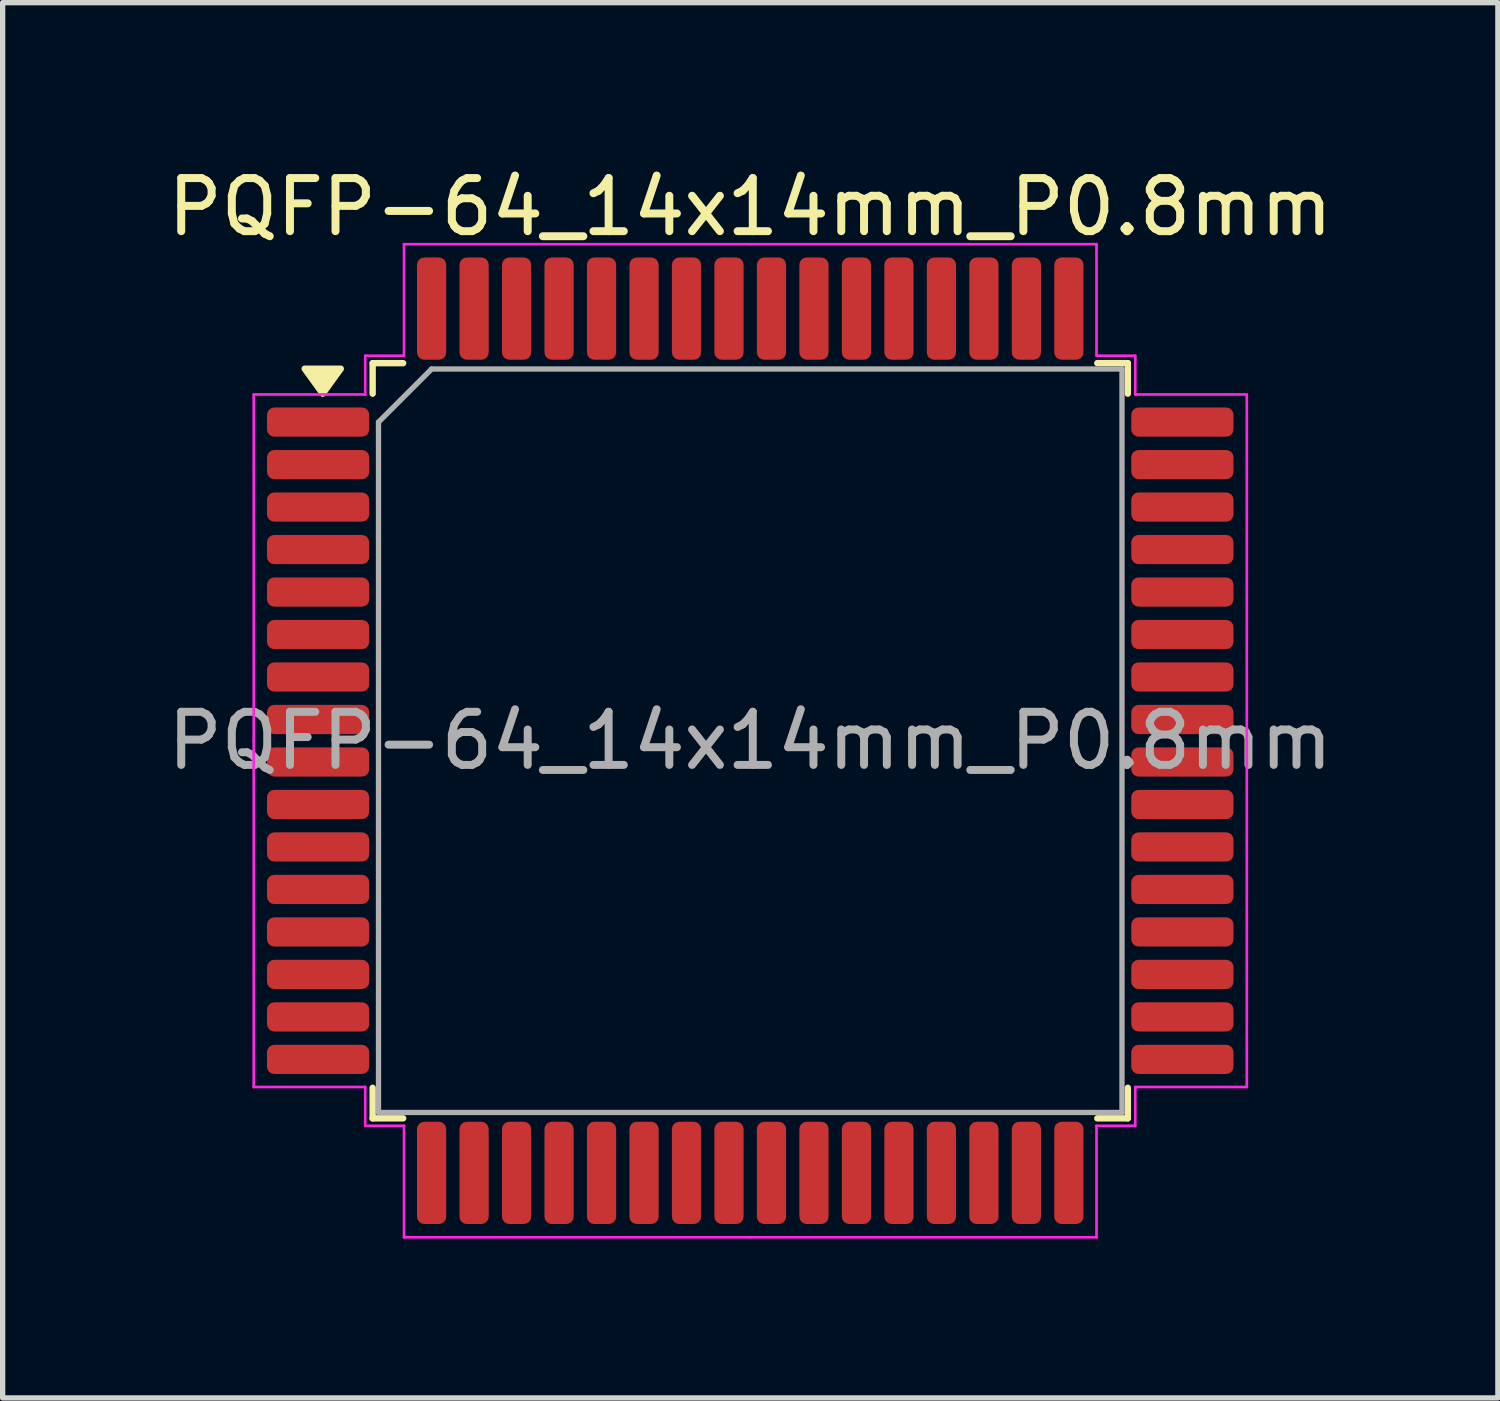
<source format=kicad_pcb>
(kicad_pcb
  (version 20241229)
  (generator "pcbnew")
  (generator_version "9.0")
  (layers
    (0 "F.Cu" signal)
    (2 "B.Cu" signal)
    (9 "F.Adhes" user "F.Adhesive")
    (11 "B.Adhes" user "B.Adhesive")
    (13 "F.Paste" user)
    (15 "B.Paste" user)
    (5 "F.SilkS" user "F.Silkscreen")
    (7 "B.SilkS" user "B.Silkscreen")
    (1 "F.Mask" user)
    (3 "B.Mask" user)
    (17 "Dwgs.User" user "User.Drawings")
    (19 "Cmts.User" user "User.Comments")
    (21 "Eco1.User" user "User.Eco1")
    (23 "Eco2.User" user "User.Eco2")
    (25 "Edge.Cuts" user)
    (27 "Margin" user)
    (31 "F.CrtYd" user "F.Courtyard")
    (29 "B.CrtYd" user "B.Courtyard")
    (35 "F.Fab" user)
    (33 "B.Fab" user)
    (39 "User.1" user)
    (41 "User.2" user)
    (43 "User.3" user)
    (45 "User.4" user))
  (footprint "PQFP-64_14x14mm_P0.8mm"
    (layer "F.Cu")
    (at 11.077 10.898)
    (property "Reference" "PQFP-64_14x14mm_P0.8mm" (at 0 -10.05 0) (layer "F.SilkS") (effects (font (size 1 1) (thickness 0.15))))
    (attr smd)
    (fp_line (start -7.11 -7.11) (end -7.11 -6.535) (stroke (width 0.12) (type solid)) (layer "F.SilkS"))
    (fp_line (start -7.11 7.11) (end -7.11 6.535) (stroke (width 0.12) (type solid)) (layer "F.SilkS"))
    (fp_line (start -6.535 -7.11) (end -7.11 -7.11) (stroke (width 0.12) (type solid)) (layer "F.SilkS"))
    (fp_line (start -6.535 7.11) (end -7.11 7.11) (stroke (width 0.12) (type solid)) (layer "F.SilkS"))
    (fp_line (start 6.535 -7.11) (end 7.11 -7.11) (stroke (width 0.12) (type solid)) (layer "F.SilkS"))
    (fp_line (start 6.535 7.11) (end 7.11 7.11) (stroke (width 0.12) (type solid)) (layer "F.SilkS"))
    (fp_line (start 7.11 -7.11) (end 7.11 -6.535) (stroke (width 0.12) (type solid)) (layer "F.SilkS"))
    (fp_line (start 7.11 7.11) (end 7.11 6.535) (stroke (width 0.12) (type solid)) (layer "F.SilkS"))
    (fp_poly (pts (xy -8.05 -6.535) (xy -8.39 -7.005) (xy -7.71 -7.005) (xy -8.05 -6.535)) (stroke (width 0.12) (type solid)) (fill yes) (layer "F.SilkS"))
    (fp_line (start -9.35 -6.52) (end -9.35 0) (stroke (width 0.05) (type solid)) (layer "F.CrtYd"))
    (fp_line (start -9.35 6.52) (end -9.35 0) (stroke (width 0.05) (type solid)) (layer "F.CrtYd"))
    (fp_line (start -7.25 -7.25) (end -7.25 -6.52) (stroke (width 0.05) (type solid)) (layer "F.CrtYd"))
    (fp_line (start -7.25 -6.52) (end -9.35 -6.52) (stroke (width 0.05) (type solid)) (layer "F.CrtYd"))
    (fp_line (start -7.25 6.52) (end -9.35 6.52) (stroke (width 0.05) (type solid)) (layer "F.CrtYd"))
    (fp_line (start -7.25 7.25) (end -7.25 6.52) (stroke (width 0.05) (type solid)) (layer "F.CrtYd"))
    (fp_line (start -6.52 -9.35) (end -6.52 -7.25) (stroke (width 0.05) (type solid)) (layer "F.CrtYd"))
    (fp_line (start -6.52 -7.25) (end -7.25 -7.25) (stroke (width 0.05) (type solid)) (layer "F.CrtYd"))
    (fp_line (start -6.52 7.25) (end -7.25 7.25) (stroke (width 0.05) (type solid)) (layer "F.CrtYd"))
    (fp_line (start -6.52 9.35) (end -6.52 7.25) (stroke (width 0.05) (type solid)) (layer "F.CrtYd"))
    (fp_line (start 0 -9.35) (end -6.52 -9.35) (stroke (width 0.05) (type solid)) (layer "F.CrtYd"))
    (fp_line (start 0 -9.35) (end 6.52 -9.35) (stroke (width 0.05) (type solid)) (layer "F.CrtYd"))
    (fp_line (start 0 9.35) (end -6.52 9.35) (stroke (width 0.05) (type solid)) (layer "F.CrtYd"))
    (fp_line (start 0 9.35) (end 6.52 9.35) (stroke (width 0.05) (type solid)) (layer "F.CrtYd"))
    (fp_line (start 6.52 -9.35) (end 6.52 -7.25) (stroke (width 0.05) (type solid)) (layer "F.CrtYd"))
    (fp_line (start 6.52 -7.25) (end 7.25 -7.25) (stroke (width 0.05) (type solid)) (layer "F.CrtYd"))
    (fp_line (start 6.52 7.25) (end 7.25 7.25) (stroke (width 0.05) (type solid)) (layer "F.CrtYd"))
    (fp_line (start 6.52 9.35) (end 6.52 7.25) (stroke (width 0.05) (type solid)) (layer "F.CrtYd"))
    (fp_line (start 7.25 -7.25) (end 7.25 -6.52) (stroke (width 0.05) (type solid)) (layer "F.CrtYd"))
    (fp_line (start 7.25 -6.52) (end 9.35 -6.52) (stroke (width 0.05) (type solid)) (layer "F.CrtYd"))
    (fp_line (start 7.25 6.52) (end 9.35 6.52) (stroke (width 0.05) (type solid)) (layer "F.CrtYd"))
    (fp_line (start 7.25 7.25) (end 7.25 6.52) (stroke (width 0.05) (type solid)) (layer "F.CrtYd"))
    (fp_line (start 9.35 -6.52) (end 9.35 0) (stroke (width 0.05) (type solid)) (layer "F.CrtYd"))
    (fp_line (start 9.35 6.52) (end 9.35 0) (stroke (width 0.05) (type solid)) (layer "F.CrtYd"))
    (fp_line (start -7 -6) (end -6 -7) (stroke (width 0.1) (type solid)) (layer "F.Fab"))
    (fp_line (start -7 7) (end -7 -6) (stroke (width 0.1) (type solid)) (layer "F.Fab"))
    (fp_line (start -6 -7) (end 7 -7) (stroke (width 0.1) (type solid)) (layer "F.Fab"))
    (fp_line (start 7 -7) (end 7 7) (stroke (width 0.1) (type solid)) (layer "F.Fab"))
    (fp_line (start 7 7) (end -7 7) (stroke (width 0.1) (type solid)) (layer "F.Fab"))
    (fp_text user "${REFERENCE}" (at 0 0 0) (layer "F.Fab") (effects (font (size 1 1) (thickness 0.15))))
    (pad "1" smd roundrect (at -8.137 -6) (size 1.925 0.55) (layers "F.Cu" "F.Mask" "F.Paste") (roundrect_rratio 0.25))
    (pad "2" smd roundrect (at -8.137 -5.2) (size 1.925 0.55) (layers "F.Cu" "F.Mask" "F.Paste") (roundrect_rratio 0.25))
    (pad "3" smd roundrect (at -8.137 -4.4) (size 1.925 0.55) (layers "F.Cu" "F.Mask" "F.Paste") (roundrect_rratio 0.25))
    (pad "4" smd roundrect (at -8.137 -3.6) (size 1.925 0.55) (layers "F.Cu" "F.Mask" "F.Paste") (roundrect_rratio 0.25))
    (pad "5" smd roundrect (at -8.137 -2.8) (size 1.925 0.55) (layers "F.Cu" "F.Mask" "F.Paste") (roundrect_rratio 0.25))
    (pad "6" smd roundrect (at -8.137 -2) (size 1.925 0.55) (layers "F.Cu" "F.Mask" "F.Paste") (roundrect_rratio 0.25))
    (pad "7" smd roundrect (at -8.137 -1.2) (size 1.925 0.55) (layers "F.Cu" "F.Mask" "F.Paste") (roundrect_rratio 0.25))
    (pad "8" smd roundrect (at -8.137 -0.4) (size 1.925 0.55) (layers "F.Cu" "F.Mask" "F.Paste") (roundrect_rratio 0.25))
    (pad "9" smd roundrect (at -8.137 0.4) (size 1.925 0.55) (layers "F.Cu" "F.Mask" "F.Paste") (roundrect_rratio 0.25))
    (pad "10" smd roundrect (at -8.137 1.2) (size 1.925 0.55) (layers "F.Cu" "F.Mask" "F.Paste") (roundrect_rratio 0.25))
    (pad "11" smd roundrect (at -8.137 2) (size 1.925 0.55) (layers "F.Cu" "F.Mask" "F.Paste") (roundrect_rratio 0.25))
    (pad "12" smd roundrect (at -8.137 2.8) (size 1.925 0.55) (layers "F.Cu" "F.Mask" "F.Paste") (roundrect_rratio 0.25))
    (pad "13" smd roundrect (at -8.137 3.6) (size 1.925 0.55) (layers "F.Cu" "F.Mask" "F.Paste") (roundrect_rratio 0.25))
    (pad "14" smd roundrect (at -8.137 4.4) (size 1.925 0.55) (layers "F.Cu" "F.Mask" "F.Paste") (roundrect_rratio 0.25))
    (pad "15" smd roundrect (at -8.137 5.2) (size 1.925 0.55) (layers "F.Cu" "F.Mask" "F.Paste") (roundrect_rratio 0.25))
    (pad "16" smd roundrect (at -8.137 6) (size 1.925 0.55) (layers "F.Cu" "F.Mask" "F.Paste") (roundrect_rratio 0.25))
    (pad "17" smd roundrect (at -6 8.137) (size 0.55 1.925) (layers "F.Cu" "F.Mask" "F.Paste") (roundrect_rratio 0.25))
    (pad "18" smd roundrect (at -5.2 8.137) (size 0.55 1.925) (layers "F.Cu" "F.Mask" "F.Paste") (roundrect_rratio 0.25))
    (pad "19" smd roundrect (at -4.4 8.137) (size 0.55 1.925) (layers "F.Cu" "F.Mask" "F.Paste") (roundrect_rratio 0.25))
    (pad "20" smd roundrect (at -3.6 8.137) (size 0.55 1.925) (layers "F.Cu" "F.Mask" "F.Paste") (roundrect_rratio 0.25))
    (pad "21" smd roundrect (at -2.8 8.137) (size 0.55 1.925) (layers "F.Cu" "F.Mask" "F.Paste") (roundrect_rratio 0.25))
    (pad "22" smd roundrect (at -2 8.137) (size 0.55 1.925) (layers "F.Cu" "F.Mask" "F.Paste") (roundrect_rratio 0.25))
    (pad "23" smd roundrect (at -1.2 8.137) (size 0.55 1.925) (layers "F.Cu" "F.Mask" "F.Paste") (roundrect_rratio 0.25))
    (pad "24" smd roundrect (at -0.4 8.137) (size 0.55 1.925) (layers "F.Cu" "F.Mask" "F.Paste") (roundrect_rratio 0.25))
    (pad "25" smd roundrect (at 0.4 8.137) (size 0.55 1.925) (layers "F.Cu" "F.Mask" "F.Paste") (roundrect_rratio 0.25))
    (pad "26" smd roundrect (at 1.2 8.137) (size 0.55 1.925) (layers "F.Cu" "F.Mask" "F.Paste") (roundrect_rratio 0.25))
    (pad "27" smd roundrect (at 2 8.137) (size 0.55 1.925) (layers "F.Cu" "F.Mask" "F.Paste") (roundrect_rratio 0.25))
    (pad "28" smd roundrect (at 2.8 8.137) (size 0.55 1.925) (layers "F.Cu" "F.Mask" "F.Paste") (roundrect_rratio 0.25))
    (pad "29" smd roundrect (at 3.6 8.137) (size 0.55 1.925) (layers "F.Cu" "F.Mask" "F.Paste") (roundrect_rratio 0.25))
    (pad "30" smd roundrect (at 4.4 8.137) (size 0.55 1.925) (layers "F.Cu" "F.Mask" "F.Paste") (roundrect_rratio 0.25))
    (pad "31" smd roundrect (at 5.2 8.137) (size 0.55 1.925) (layers "F.Cu" "F.Mask" "F.Paste") (roundrect_rratio 0.25))
    (pad "32" smd roundrect (at 6 8.137) (size 0.55 1.925) (layers "F.Cu" "F.Mask" "F.Paste") (roundrect_rratio 0.25))
    (pad "33" smd roundrect (at 8.137 6) (size 1.925 0.55) (layers "F.Cu" "F.Mask" "F.Paste") (roundrect_rratio 0.25))
    (pad "34" smd roundrect (at 8.137 5.2) (size 1.925 0.55) (layers "F.Cu" "F.Mask" "F.Paste") (roundrect_rratio 0.25))
    (pad "35" smd roundrect (at 8.137 4.4) (size 1.925 0.55) (layers "F.Cu" "F.Mask" "F.Paste") (roundrect_rratio 0.25))
    (pad "36" smd roundrect (at 8.137 3.6) (size 1.925 0.55) (layers "F.Cu" "F.Mask" "F.Paste") (roundrect_rratio 0.25))
    (pad "37" smd roundrect (at 8.137 2.8) (size 1.925 0.55) (layers "F.Cu" "F.Mask" "F.Paste") (roundrect_rratio 0.25))
    (pad "38" smd roundrect (at 8.137 2) (size 1.925 0.55) (layers "F.Cu" "F.Mask" "F.Paste") (roundrect_rratio 0.25))
    (pad "39" smd roundrect (at 8.137 1.2) (size 1.925 0.55) (layers "F.Cu" "F.Mask" "F.Paste") (roundrect_rratio 0.25))
    (pad "40" smd roundrect (at 8.137 0.4) (size 1.925 0.55) (layers "F.Cu" "F.Mask" "F.Paste") (roundrect_rratio 0.25))
    (pad "41" smd roundrect (at 8.137 -0.4) (size 1.925 0.55) (layers "F.Cu" "F.Mask" "F.Paste") (roundrect_rratio 0.25))
    (pad "42" smd roundrect (at 8.137 -1.2) (size 1.925 0.55) (layers "F.Cu" "F.Mask" "F.Paste") (roundrect_rratio 0.25))
    (pad "43" smd roundrect (at 8.137 -2) (size 1.925 0.55) (layers "F.Cu" "F.Mask" "F.Paste") (roundrect_rratio 0.25))
    (pad "44" smd roundrect (at 8.137 -2.8) (size 1.925 0.55) (layers "F.Cu" "F.Mask" "F.Paste") (roundrect_rratio 0.25))
    (pad "45" smd roundrect (at 8.137 -3.6) (size 1.925 0.55) (layers "F.Cu" "F.Mask" "F.Paste") (roundrect_rratio 0.25))
    (pad "46" smd roundrect (at 8.137 -4.4) (size 1.925 0.55) (layers "F.Cu" "F.Mask" "F.Paste") (roundrect_rratio 0.25))
    (pad "47" smd roundrect (at 8.137 -5.2) (size 1.925 0.55) (layers "F.Cu" "F.Mask" "F.Paste") (roundrect_rratio 0.25))
    (pad "48" smd roundrect (at 8.137 -6) (size 1.925 0.55) (layers "F.Cu" "F.Mask" "F.Paste") (roundrect_rratio 0.25))
    (pad "49" smd roundrect (at 6 -8.137) (size 0.55 1.925) (layers "F.Cu" "F.Mask" "F.Paste") (roundrect_rratio 0.25))
    (pad "50" smd roundrect (at 5.2 -8.137) (size 0.55 1.925) (layers "F.Cu" "F.Mask" "F.Paste") (roundrect_rratio 0.25))
    (pad "51" smd roundrect (at 4.4 -8.137) (size 0.55 1.925) (layers "F.Cu" "F.Mask" "F.Paste") (roundrect_rratio 0.25))
    (pad "52" smd roundrect (at 3.6 -8.137) (size 0.55 1.925) (layers "F.Cu" "F.Mask" "F.Paste") (roundrect_rratio 0.25))
    (pad "53" smd roundrect (at 2.8 -8.137) (size 0.55 1.925) (layers "F.Cu" "F.Mask" "F.Paste") (roundrect_rratio 0.25))
    (pad "54" smd roundrect (at 2 -8.137) (size 0.55 1.925) (layers "F.Cu" "F.Mask" "F.Paste") (roundrect_rratio 0.25))
    (pad "55" smd roundrect (at 1.2 -8.137) (size 0.55 1.925) (layers "F.Cu" "F.Mask" "F.Paste") (roundrect_rratio 0.25))
    (pad "56" smd roundrect (at 0.4 -8.137) (size 0.55 1.925) (layers "F.Cu" "F.Mask" "F.Paste") (roundrect_rratio 0.25))
    (pad "57" smd roundrect (at -0.4 -8.137) (size 0.55 1.925) (layers "F.Cu" "F.Mask" "F.Paste") (roundrect_rratio 0.25))
    (pad "58" smd roundrect (at -1.2 -8.137) (size 0.55 1.925) (layers "F.Cu" "F.Mask" "F.Paste") (roundrect_rratio 0.25))
    (pad "59" smd roundrect (at -2 -8.137) (size 0.55 1.925) (layers "F.Cu" "F.Mask" "F.Paste") (roundrect_rratio 0.25))
    (pad "60" smd roundrect (at -2.8 -8.137) (size 0.55 1.925) (layers "F.Cu" "F.Mask" "F.Paste") (roundrect_rratio 0.25))
    (pad "61" smd roundrect (at -3.6 -8.137) (size 0.55 1.925) (layers "F.Cu" "F.Mask" "F.Paste") (roundrect_rratio 0.25))
    (pad "62" smd roundrect (at -4.4 -8.137) (size 0.55 1.925) (layers "F.Cu" "F.Mask" "F.Paste") (roundrect_rratio 0.25))
    (pad "63" smd roundrect (at -5.2 -8.137) (size 0.55 1.925) (layers "F.Cu" "F.Mask" "F.Paste") (roundrect_rratio 0.25))
    (pad "64" smd roundrect (at -6 -8.137) (size 0.55 1.925) (layers "F.Cu" "F.Mask" "F.Paste") (roundrect_rratio 0.25)))
  (gr_rect
    (start -3 -3)
    (end 25.155 23.273)
    (stroke (width 0.1) (type default))
    (fill no)
    (layer "Edge.Cuts")))
</source>
